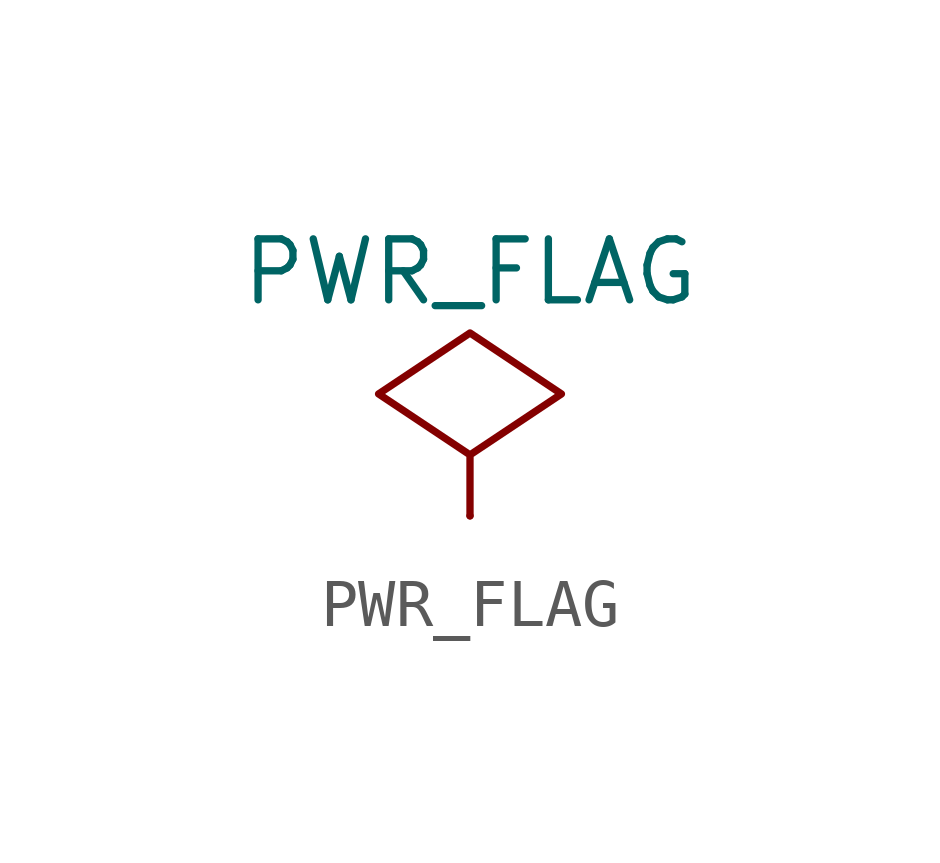
<source format=kicad_sym>
(kicad_symbol_lib
  (version 20220914)
  (generator kicad_symbol_editor)
  (symbol "PWR_FLAG"
    (power)
    (pin_numbers hide)
    (pin_names
      (offset 0) hide)
    (property "Reference" "#FLG"
      (at 0 2.413 0)
      (effects (font (size 0.762 0.762)) hide))
    (property "Value" "PWR_FLAG"
      (at 0 5.08 0)
      (effects (font (size 1.27 1.27))))
    (symbol "PWR_FLAG_0_0"
      (pin power_out line (at 0 0 90) (length 0) (name "pwr" (effects (font (size 0.508 0.508)))) (number "1" (effects (font (size 0.508 0.508))))))
    (symbol "PWR_FLAG_0_1"
      (polyline (pts (xy 0 0) (xy 0 1.27) (xy -1.905 2.54) (xy 0 3.81) (xy 1.905 2.54) (xy 0 1.27)) (stroke (width 0) (type solid)) (fill (type none))))))
</source>
